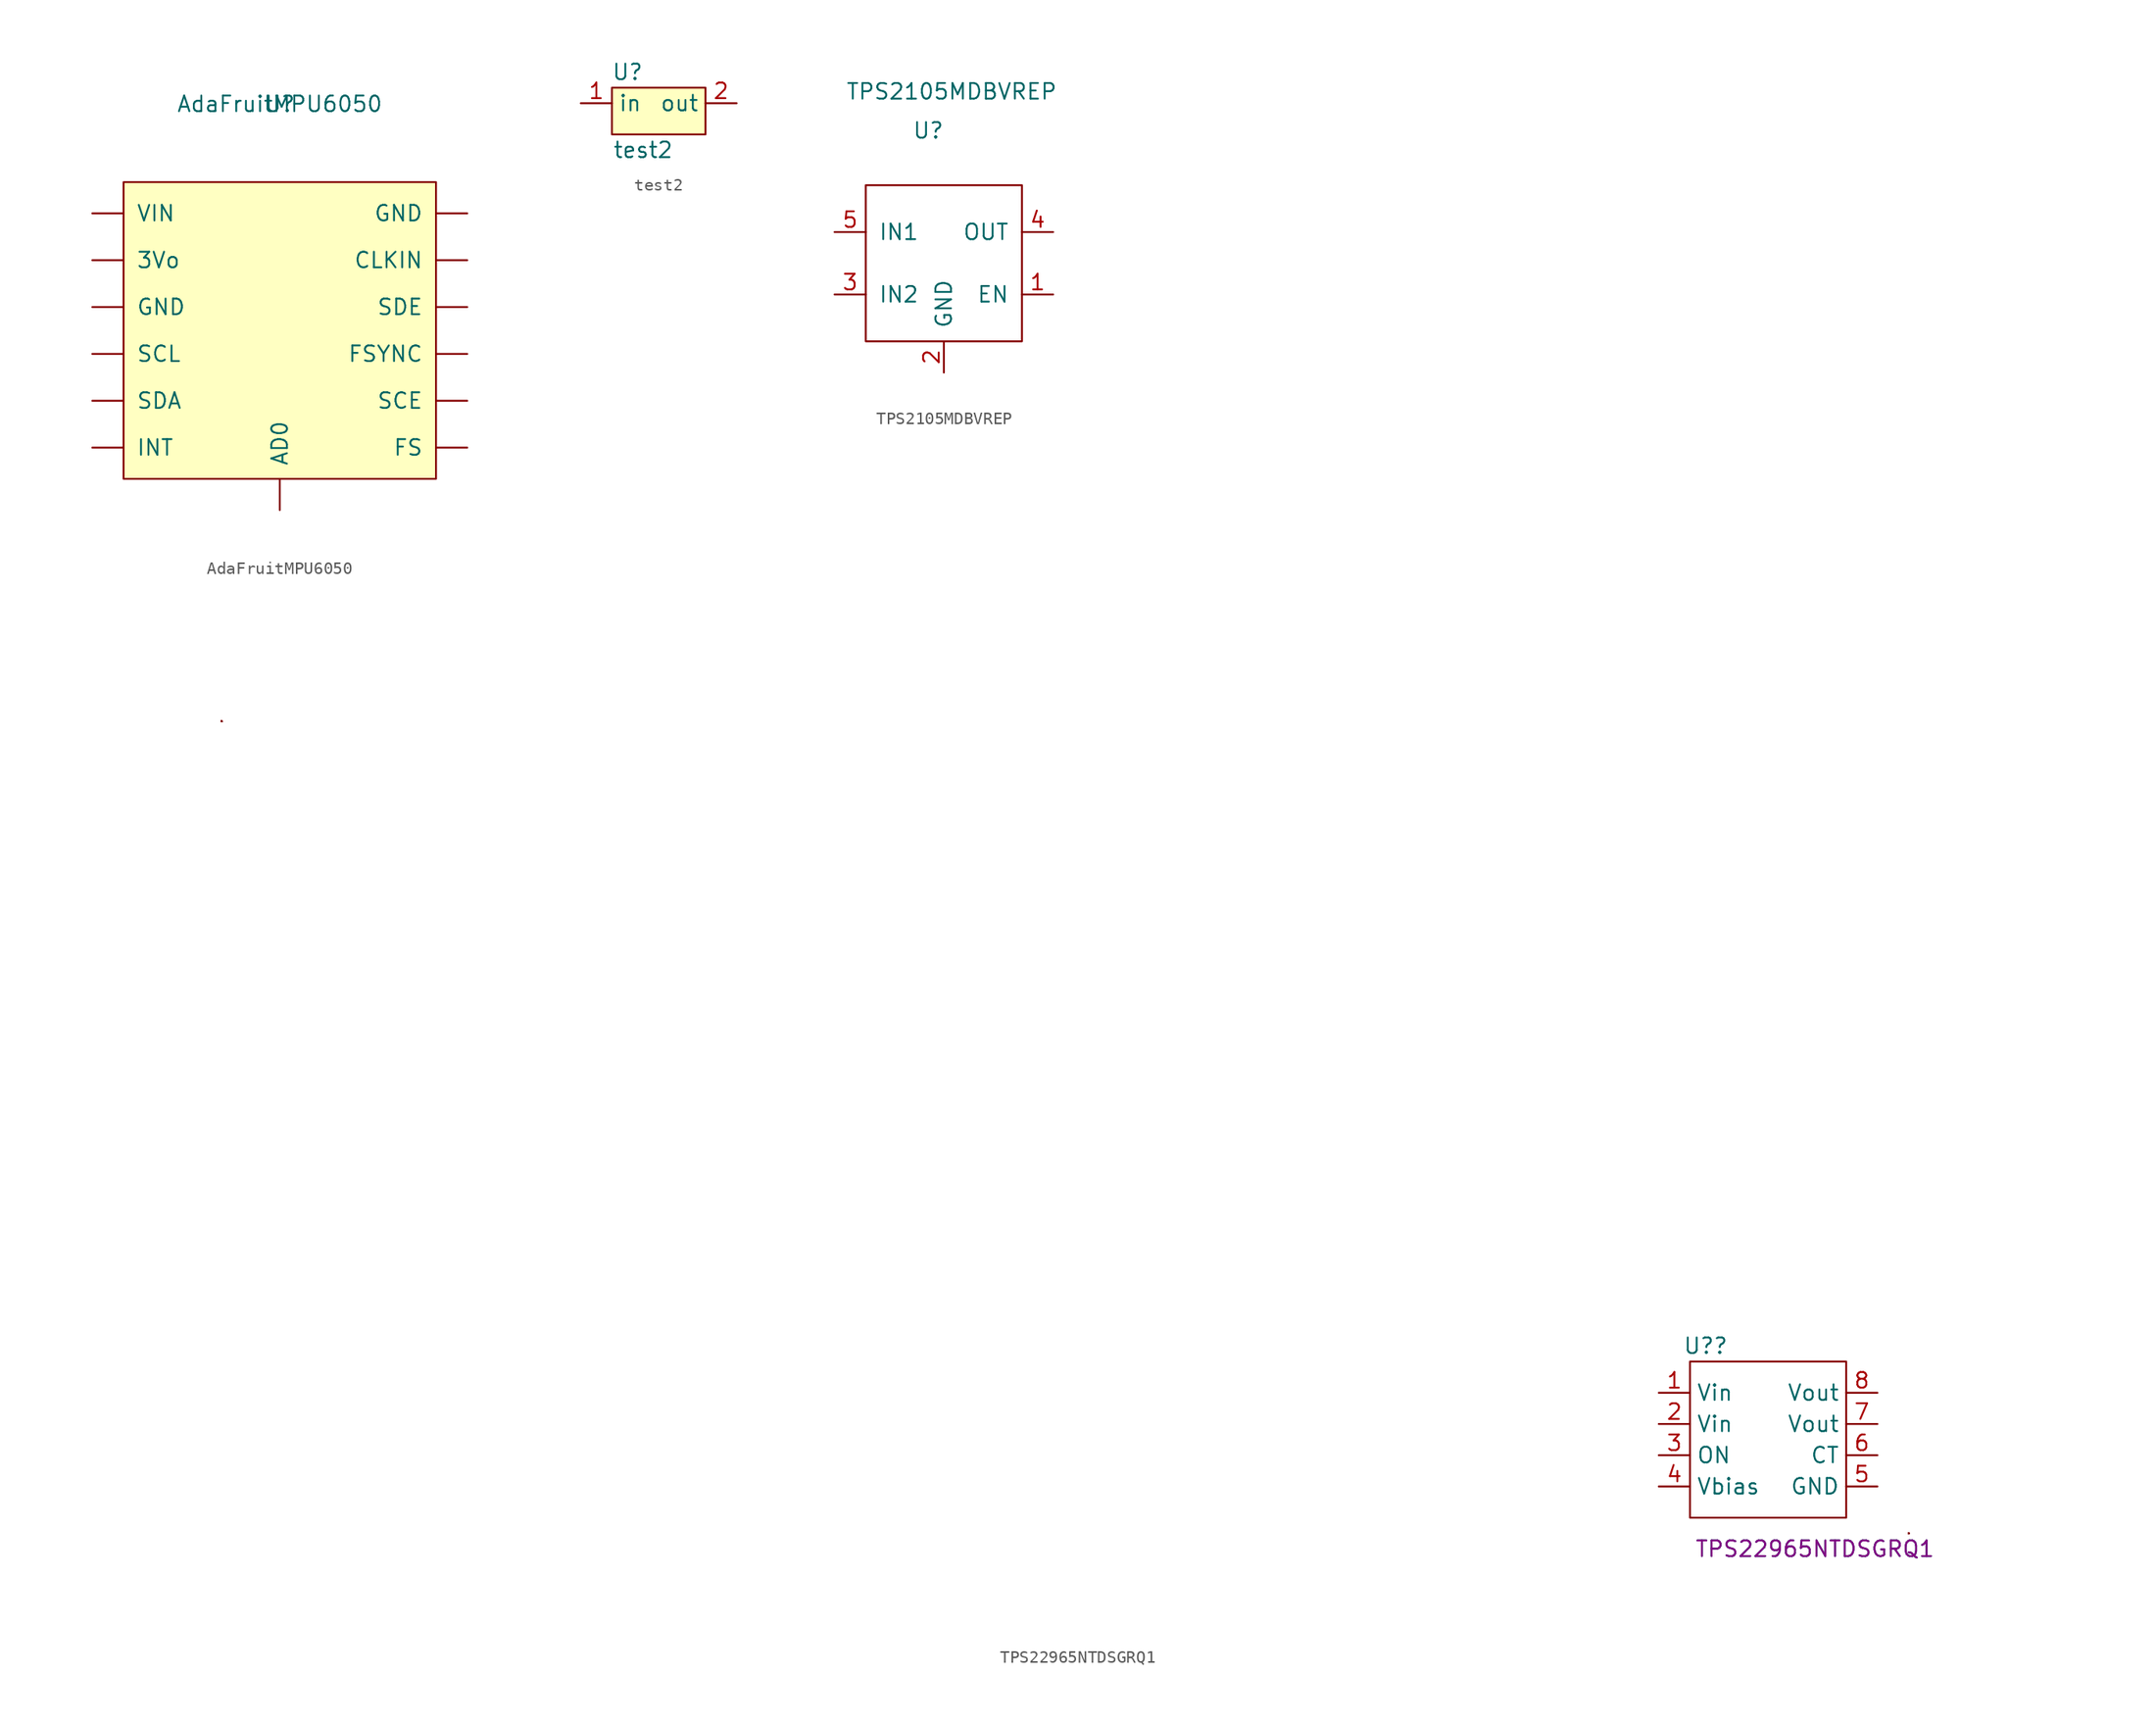
<source format=kicad_sym>
(kicad_symbol_lib
  (version 20211014)
  (generator kicad_symbol_editor)
  (symbol "AdaFruitMPU6050"
    (pin_names
      (offset 1.016))
    (property "Reference" "U"
      (at 0 0 0)
      (effects (font (size 1.27 1.27))))
    (property "Value" "AdaFruitMPU6050"
      (at 0 0 0)
      (effects (font (size 1.27 1.27))))
    (symbol "AdaFruitMPU6050_0_1"
      (rectangle (start -12.7 -6.35) (end 12.7 -30.48) (stroke (width 0) (type default) (color 0 0 0 0)) (fill (type background))))
    (symbol "AdaFruitMPU6050_1_1"
      (pin power_out line (at -15.24 -12.7 0) (length 2.54) (name "3Vo" (effects (font (size 1.27 1.27)))) (number "~" (effects (font (size 1.27 1.27)))))
      (pin input line (at 0 -33.02 90) (length 2.54) (name "AD0" (effects (font (size 1.27 1.27)))) (number "~" (effects (font (size 1.27 1.27)))))
      (pin input line (at 15.24 -12.7 180) (length 2.54) (name "CLKIN" (effects (font (size 1.27 1.27)))) (number "~" (effects (font (size 1.27 1.27)))))
      (pin input line (at 15.24 -27.94 180) (length 2.54) (name "FS" (effects (font (size 1.27 1.27)))) (number "~" (effects (font (size 1.27 1.27)))))
      (pin input line (at 15.24 -20.32 180) (length 2.54) (name "FSYNC" (effects (font (size 1.27 1.27)))) (number "~" (effects (font (size 1.27 1.27)))))
      (pin input line (at -15.24 -16.51 0) (length 2.54) (name "GND" (effects (font (size 1.27 1.27)))) (number "~" (effects (font (size 1.27 1.27)))))
      (pin input line (at 15.24 -8.89 180) (length 2.54) (name "GND" (effects (font (size 1.27 1.27)))) (number "~" (effects (font (size 1.27 1.27)))))
      (pin input line (at -15.24 -27.94 0) (length 2.54) (name "INT" (effects (font (size 1.27 1.27)))) (number "~" (effects (font (size 1.27 1.27)))))
      (pin input line (at 15.24 -24.13 180) (length 2.54) (name "SCE" (effects (font (size 1.27 1.27)))) (number "~" (effects (font (size 1.27 1.27)))))
      (pin input line (at -15.24 -20.32 0) (length 2.54) (name "SCL" (effects (font (size 1.27 1.27)))) (number "~" (effects (font (size 1.27 1.27)))))
      (pin bidirectional line (at -15.24 -24.13 0) (length 2.54) (name "SDA" (effects (font (size 1.27 1.27)))) (number "~" (effects (font (size 1.27 1.27)))))
      (pin input line (at 15.24 -16.51 180) (length 2.54) (name "SDE" (effects (font (size 1.27 1.27)))) (number "~" (effects (font (size 1.27 1.27)))))
      (pin power_in line (at -15.24 -8.89 0) (length 2.54) (name "VIN" (effects (font (size 1.27 1.27)))) (number "~" (effects (font (size 1.27 1.27)))))))
  (symbol "test2"
    (property "Reference" "U"
      (at 1.27 1.27 0)
      (effects (font (size 1.27 1.27))))
    (property "Value" "test2"
      (at 2.54 -5.08 0)
      (effects (font (size 1.27 1.27))))
    (symbol "test2_0_1"
      (rectangle (start 0 0) (end 7.62 -3.81) (stroke (width 0.152) (type default) (color 0 0 0 0)) (fill (type background))))
    (symbol "test2_1_1"
      (pin input line (at -2.54 -1.27 0) (length 2.54) (name "in" (effects (font (size 1.27 1.27)))) (number "1" (effects (font (size 1.27 1.27)))))
      (pin output line (at 10.16 -1.27 180) (length 2.54) (name "out" (effects (font (size 1.27 1.27)))) (number "2" (effects (font (size 1.27 1.27)))))))
  (symbol "TPS2105MDBVREP"
    (pin_names
      (offset 1.016))
    (property "Reference" "U"
      (at -1.27 10.795 0)
      (effects (font (size 1.27 1.27))))
    (property "Value" "TPS2105MDBVREP"
      (at 0.635 13.97 0)
      (effects (font (size 1.27 1.27))))
    (symbol "TPS2105MDBVREP_0_1"
      (rectangle (start 6.35 -6.35) (end -6.35 6.35) (stroke (width 0) (type default) (color 0 0 0 0)) (fill (type none))))
    (symbol "TPS2105MDBVREP_1_1"
      (pin input line (at 8.89 -2.54 180) (length 2.54) (name "EN" (effects (font (size 1.27 1.27)))) (number "1" (effects (font (size 1.27 1.27)))))
      (pin output line (at 0 -8.89 90) (length 2.54) (name "GND" (effects (font (size 1.27 1.27)))) (number "2" (effects (font (size 1.27 1.27)))))
      (pin input line (at -8.89 -2.54 0) (length 2.54) (name "IN2" (effects (font (size 1.27 1.27)))) (number "3" (effects (font (size 1.27 1.27)))))
      (pin output line (at 8.89 2.54 180) (length 2.54) (name "OUT" (effects (font (size 1.27 1.27)))) (number "4" (effects (font (size 1.27 1.27)))))
      (pin input line (at -8.89 2.54 0) (length 2.54) (name "IN1" (effects (font (size 1.27 1.27)))) (number "5" (effects (font (size 1.27 1.27)))))))
  (symbol "TPS22965NTDSGRQ1"
    (property "Reference" "U?"
      (at 1.27 3.81 0)
      (effects (font (size 1.27 1.27))))
    (property "Value" "TPS22965NTDSGRQ1"
      (at 10.16 -12.7 0)
      (effects (font (size 1.27 1.27))))
    (property "MPN" "TPS22965NTDSGRQ1"
      (at 10.16 -12.7 0)
      (effects (font (size 1.27 1.27))))
    (symbol "TPS22965NTDSGRQ1_0_1"
      (rectangle (start -119.38 54.61) (end -119.38 54.61) (stroke (width 0.152) (type default) (color 0 0 0 0)) (fill (type none)))
      (rectangle (start -119.38 54.61) (end -119.38 54.61) (stroke (width 0.152) (type default) (color 0 0 0 0)) (fill (type none)))
      (rectangle (start -119.38 54.61) (end -119.38 54.61) (stroke (width 0.152) (type default) (color 0 0 0 0)) (fill (type none)))
      (rectangle (start -119.38 54.61) (end -119.38 54.61) (stroke (width 0.152) (type default) (color 0 0 0 0)) (fill (type none)))
      (rectangle (start -119.38 54.61) (end -119.38 54.61) (stroke (width 0.152) (type default) (color 0 0 0 0)) (fill (type none)))
      (rectangle (start -119.38 54.61) (end -119.38 54.61) (stroke (width 0.152) (type default) (color 0 0 0 0)) (fill (type none)))
      (rectangle (start -119.38 54.61) (end -119.38 54.61) (stroke (width 0.152) (type default) (color 0 0 0 0)) (fill (type none)))
      (rectangle (start -119.38 54.61) (end -119.38 54.61) (stroke (width 0.152) (type default) (color 0 0 0 0)) (fill (type none)))
      (rectangle (start -119.38 54.61) (end -119.38 54.61) (stroke (width 0.152) (type default) (color 0 0 0 0)) (fill (type none)))
      (rectangle (start -119.38 54.61) (end -119.38 54.61) (stroke (width 0.152) (type default) (color 0 0 0 0)) (fill (type none)))
      (rectangle (start -119.38 54.61) (end -119.38 54.61) (stroke (width 0.152) (type default) (color 0 0 0 0)) (fill (type none)))
      (rectangle (start -119.38 54.61) (end -119.38 54.61) (stroke (width 0.152) (type default) (color 0 0 0 0)) (fill (type none)))
      (polyline (pts (xy -119.38 54.61) (xy -119.38 54.61)) (stroke (width 0.152) (type default) (color 0 0 0 0)) (fill (type none)))
      (rectangle (start 0 2.54) (end 12.7 -10.16) (stroke (width 0.152) (type default) (color 0 0 0 0)) (fill (type none)))
      (rectangle (start 17.78 -11.43) (end 17.78 -11.43) (stroke (width 0.152) (type default) (color 0 0 0 0)) (fill (type none)))
      (rectangle (start 17.78 -11.43) (end 17.78 -11.43) (stroke (width 0.152) (type default) (color 0 0 0 0)) (fill (type none)))
      (rectangle (start 17.78 -11.43) (end 17.78 -11.43) (stroke (width 0.152) (type default) (color 0 0 0 0)) (fill (type none)))
      (rectangle (start 17.78 -11.43) (end 17.78 -11.43) (stroke (width 0.152) (type default) (color 0 0 0 0)) (fill (type none)))
      (rectangle (start 17.78 -11.43) (end 17.78 -11.43) (stroke (width 0.152) (type default) (color 0 0 0 0)) (fill (type none)))
      (rectangle (start 17.78 -11.43) (end 17.78 -11.43) (stroke (width 0.152) (type default) (color 0 0 0 0)) (fill (type none)))
      (rectangle (start 17.78 -11.43) (end 17.78 -11.43) (stroke (width 0.152) (type default) (color 0 0 0 0)) (fill (type none)))
      (rectangle (start 17.78 -11.43) (end 17.78 -11.43) (stroke (width 0.152) (type default) (color 0 0 0 0)) (fill (type none)))
      (rectangle (start 17.78 -11.43) (end 17.78 -11.43) (stroke (width 0.152) (type default) (color 0 0 0 0)) (fill (type none)))
      (rectangle (start 17.78 -11.43) (end 17.78 -11.43) (stroke (width 0.152) (type default) (color 0 0 0 0)) (fill (type none)))
      (rectangle (start 17.78 -11.43) (end 17.78 -11.43) (stroke (width 0.152) (type default) (color 0 0 0 0)) (fill (type none))))
    (symbol "TPS22965NTDSGRQ1_1_1"
      (pin power_in line (at -2.54 0 0) (length 2.54) (name "Vin" (effects (font (size 1.27 1.27)))) (number "1" (effects (font (size 1.27 1.27)))))
      (pin power_in line (at -2.54 -2.54 0) (length 2.54) (name "Vin" (effects (font (size 1.27 1.27)))) (number "2" (effects (font (size 1.27 1.27)))))
      (pin input line (at -2.54 -5.08 0) (length 2.54) (name "ON" (effects (font (size 1.27 1.27)))) (number "3" (effects (font (size 1.27 1.27)))))
      (pin power_in line (at -2.54 -7.62 0) (length 2.54) (name "Vbias" (effects (font (size 1.27 1.27)))) (number "4" (effects (font (size 1.27 1.27)))))
      (pin passive line (at 15.24 -7.62 180) (length 2.54) (name "GND" (effects (font (size 1.27 1.27)))) (number "5" (effects (font (size 1.27 1.27)))))
      (pin passive line (at 15.24 -5.08 180) (length 2.54) (name "CT" (effects (font (size 1.27 1.27)))) (number "6" (effects (font (size 1.27 1.27)))))
      (pin power_out line (at 15.24 -2.54 180) (length 2.54) (name "Vout" (effects (font (size 1.27 1.27)))) (number "7" (effects (font (size 1.27 1.27)))))
      (pin power_out line (at 15.24 0 180) (length 2.54) (name "Vout" (effects (font (size 1.27 1.27)))) (number "8" (effects (font (size 1.27 1.27))))))))
</source>
